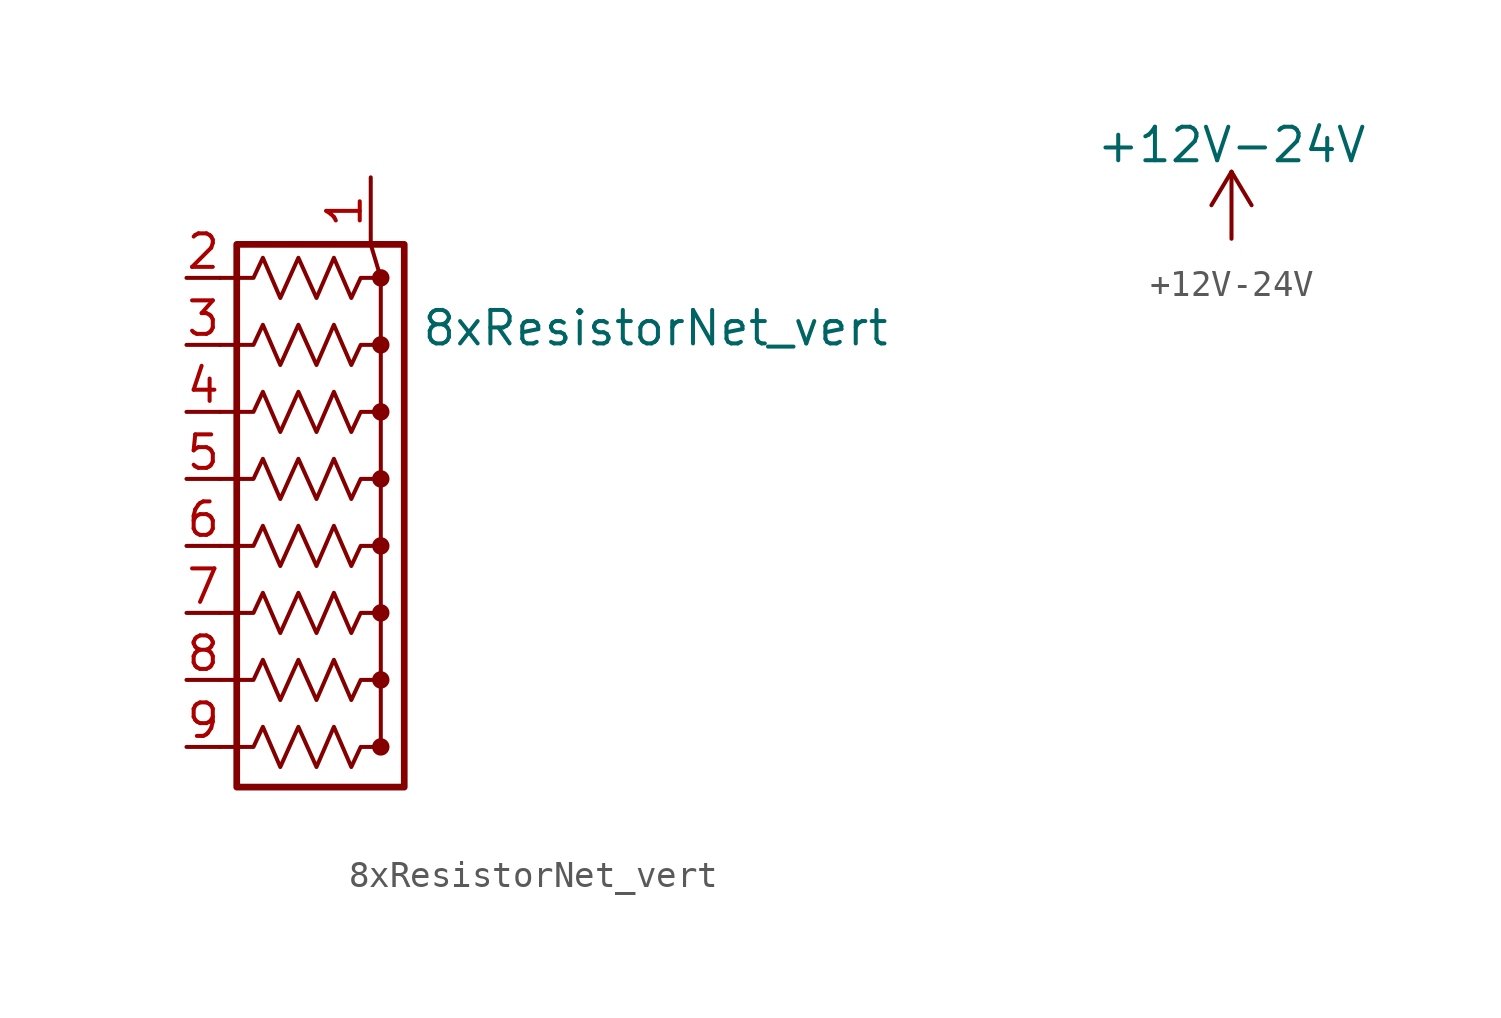
<source format=kicad_sym>
(kicad_symbol_lib
  (version 20220914)
  (generator kicad_symbol_editor)
  (symbol "8xResistorNet_vert"
    (pin_names
      (offset 0) hide)
    (property "Reference" "RN"
      (at 10.16 0.635 0)
      (effects (font (size 1.27 1.27)) hide))
    (property "Value" "8xResistorNet_vert"
      (at 17.78 -1.905 0)
      (effects (font (size 1.27 1.27))))
    (symbol "8xResistorNet_vert_0_1"
      (polyline (pts (xy 6.985 1.27) (xy 7.366 0)) (stroke (width 0) (type default)) (fill (type none)))
      (polyline (pts (xy 7.366 0) (xy 7.366 -17.78)) (stroke (width 0) (type default)) (fill (type none)))
      (polyline (pts (xy 7.366 -17.78) (xy 6.604 -17.78) (xy 6.248 -18.542) (xy 5.588 -17.018) (xy 4.928 -18.542) (xy 4.242 -17.018) (xy 3.556 -18.542) (xy 2.896 -17.018) (xy 2.54 -17.78) (xy 1.27 -17.78)) (stroke (width 0) (type default)) (fill (type none)))
      (polyline (pts (xy 7.366 -15.24) (xy 6.604 -15.24) (xy 6.248 -16.002) (xy 5.588 -14.478) (xy 4.928 -16.002) (xy 4.242 -14.478) (xy 3.556 -16.002) (xy 2.896 -14.478) (xy 2.54 -15.24) (xy 1.27 -15.24)) (stroke (width 0) (type default)) (fill (type none)))
      (polyline (pts (xy 7.366 -12.7) (xy 6.604 -12.7) (xy 6.248 -13.462) (xy 5.588 -11.938) (xy 4.928 -13.462) (xy 4.242 -11.938) (xy 3.556 -13.462) (xy 2.896 -11.938) (xy 2.54 -12.7) (xy 1.27 -12.7)) (stroke (width 0) (type default)) (fill (type none)))
      (polyline (pts (xy 7.366 -10.16) (xy 6.604 -10.16) (xy 6.248 -10.922) (xy 5.588 -9.398) (xy 4.928 -10.922) (xy 4.242 -9.398) (xy 3.556 -10.922) (xy 2.896 -9.398) (xy 2.54 -10.16) (xy 1.27 -10.16)) (stroke (width 0) (type default)) (fill (type none)))
      (polyline (pts (xy 7.366 -7.62) (xy 6.604 -7.62) (xy 6.248 -8.382) (xy 5.588 -6.858) (xy 4.928 -8.382) (xy 4.242 -6.858) (xy 3.556 -8.382) (xy 2.896 -6.858) (xy 2.54 -7.62) (xy 1.27 -7.62)) (stroke (width 0) (type default)) (fill (type none)))
      (polyline (pts (xy 7.366 -5.08) (xy 6.604 -5.08) (xy 6.248 -5.842) (xy 5.588 -4.318) (xy 4.928 -5.842) (xy 4.242 -4.318) (xy 3.556 -5.842) (xy 2.896 -4.318) (xy 2.54 -5.08) (xy 1.27 -5.08)) (stroke (width 0) (type default)) (fill (type none)))
      (polyline (pts (xy 7.366 -2.54) (xy 6.604 -2.54) (xy 6.248 -3.302) (xy 5.588 -1.778) (xy 4.928 -3.302) (xy 4.242 -1.778) (xy 3.556 -3.302) (xy 2.896 -1.778) (xy 2.54 -2.54) (xy 1.27 -2.54)) (stroke (width 0) (type default)) (fill (type none)))
      (polyline (pts (xy 7.366 0) (xy 6.604 0) (xy 6.248 -0.762) (xy 5.588 0.762) (xy 4.928 -0.762) (xy 4.242 0.762) (xy 3.556 -0.762) (xy 2.896 0.762) (xy 2.54 0) (xy 1.27 0)) (stroke (width 0) (type default)) (fill (type none)))
      (rectangle (start 1.905 1.27) (end 8.255 -19.304) (stroke (width 0.254) (type default)) (fill (type none)))
      (circle (center 7.366 -17.78) (radius 0.254) (stroke (width 0) (type default)) (fill (type outline)))
      (circle (center 7.366 -15.24) (radius 0.254) (stroke (width 0) (type default)) (fill (type outline)))
      (circle (center 7.366 -12.7) (radius 0.254) (stroke (width 0) (type default)) (fill (type outline)))
      (circle (center 7.366 -10.16) (radius 0.254) (stroke (width 0) (type default)) (fill (type outline)))
      (circle (center 7.366 -7.62) (radius 0.254) (stroke (width 0) (type default)) (fill (type outline)))
      (circle (center 7.366 -5.08) (radius 0.254) (stroke (width 0) (type default)) (fill (type outline)))
      (circle (center 7.366 -2.54) (radius 0.254) (stroke (width 0) (type default)) (fill (type outline)))
      (circle (center 7.366 0) (radius 0.254) (stroke (width 0) (type default)) (fill (type outline))))
    (symbol "8xResistorNet_vert_1_1"
      (pin passive line (at 6.985 3.81 270) (length 2.54) (name "common" (effects (font (size 1.27 1.27)))) (number "1" (effects (font (size 1.27 1.27)))))
      (pin passive line (at 0 0 0) (length 1.27) (name "R1" (effects (font (size 1.27 1.27)))) (number "2" (effects (font (size 1.27 1.27)))))
      (pin passive line (at 0 -2.54 0) (length 1.27) (name "R2" (effects (font (size 1.27 1.27)))) (number "3" (effects (font (size 1.27 1.27)))))
      (pin passive line (at 0 -5.08 0) (length 1.27) (name "R3" (effects (font (size 1.27 1.27)))) (number "4" (effects (font (size 1.27 1.27)))))
      (pin passive line (at 0 -7.62 0) (length 1.27) (name "R4" (effects (font (size 1.27 1.27)))) (number "5" (effects (font (size 1.27 1.27)))))
      (pin passive line (at 0 -10.16 0) (length 1.27) (name "R5" (effects (font (size 1.27 1.27)))) (number "6" (effects (font (size 1.27 1.27)))))
      (pin passive line (at 0 -12.7 0) (length 1.27) (name "R6" (effects (font (size 1.27 1.27)))) (number "7" (effects (font (size 1.27 1.27)))))
      (pin passive line (at 0 -15.24 0) (length 1.27) (name "R7" (effects (font (size 1.27 1.27)))) (number "8" (effects (font (size 1.27 1.27)))))
      (pin passive line (at 0 -17.78 0) (length 1.27) (name "R8" (effects (font (size 1.27 1.27)))) (number "9" (effects (font (size 1.27 1.27)))))))
  (symbol "+12V-24V"
    (power)
    (pin_names
      (offset 0))
    (property "Reference" "#PWR"
      (at 0 -3.81 0)
      (effects (font (size 1.27 1.27)) hide))
    (property "Value" "+12V-24V"
      (at 0 3.556 0)
      (effects (font (size 1.27 1.27))))
    (symbol "+12V-24V_0_1"
      (polyline (pts (xy -0.762 1.27) (xy 0 2.54)) (stroke (width 0) (type default)) (fill (type none)))
      (polyline (pts (xy 0 0) (xy 0 2.54)) (stroke (width 0) (type default)) (fill (type none)))
      (polyline (pts (xy 0 2.54) (xy 0.762 1.27)) (stroke (width 0) (type default)) (fill (type none))))
    (symbol "+12V-24V_1_1"
      (pin power_in line (at 0 0 90) (length 0) hide (name "+1V0" (effects (font (size 1.27 1.27)))) (number "1" (effects (font (size 1.27 1.27))))))))
</source>
